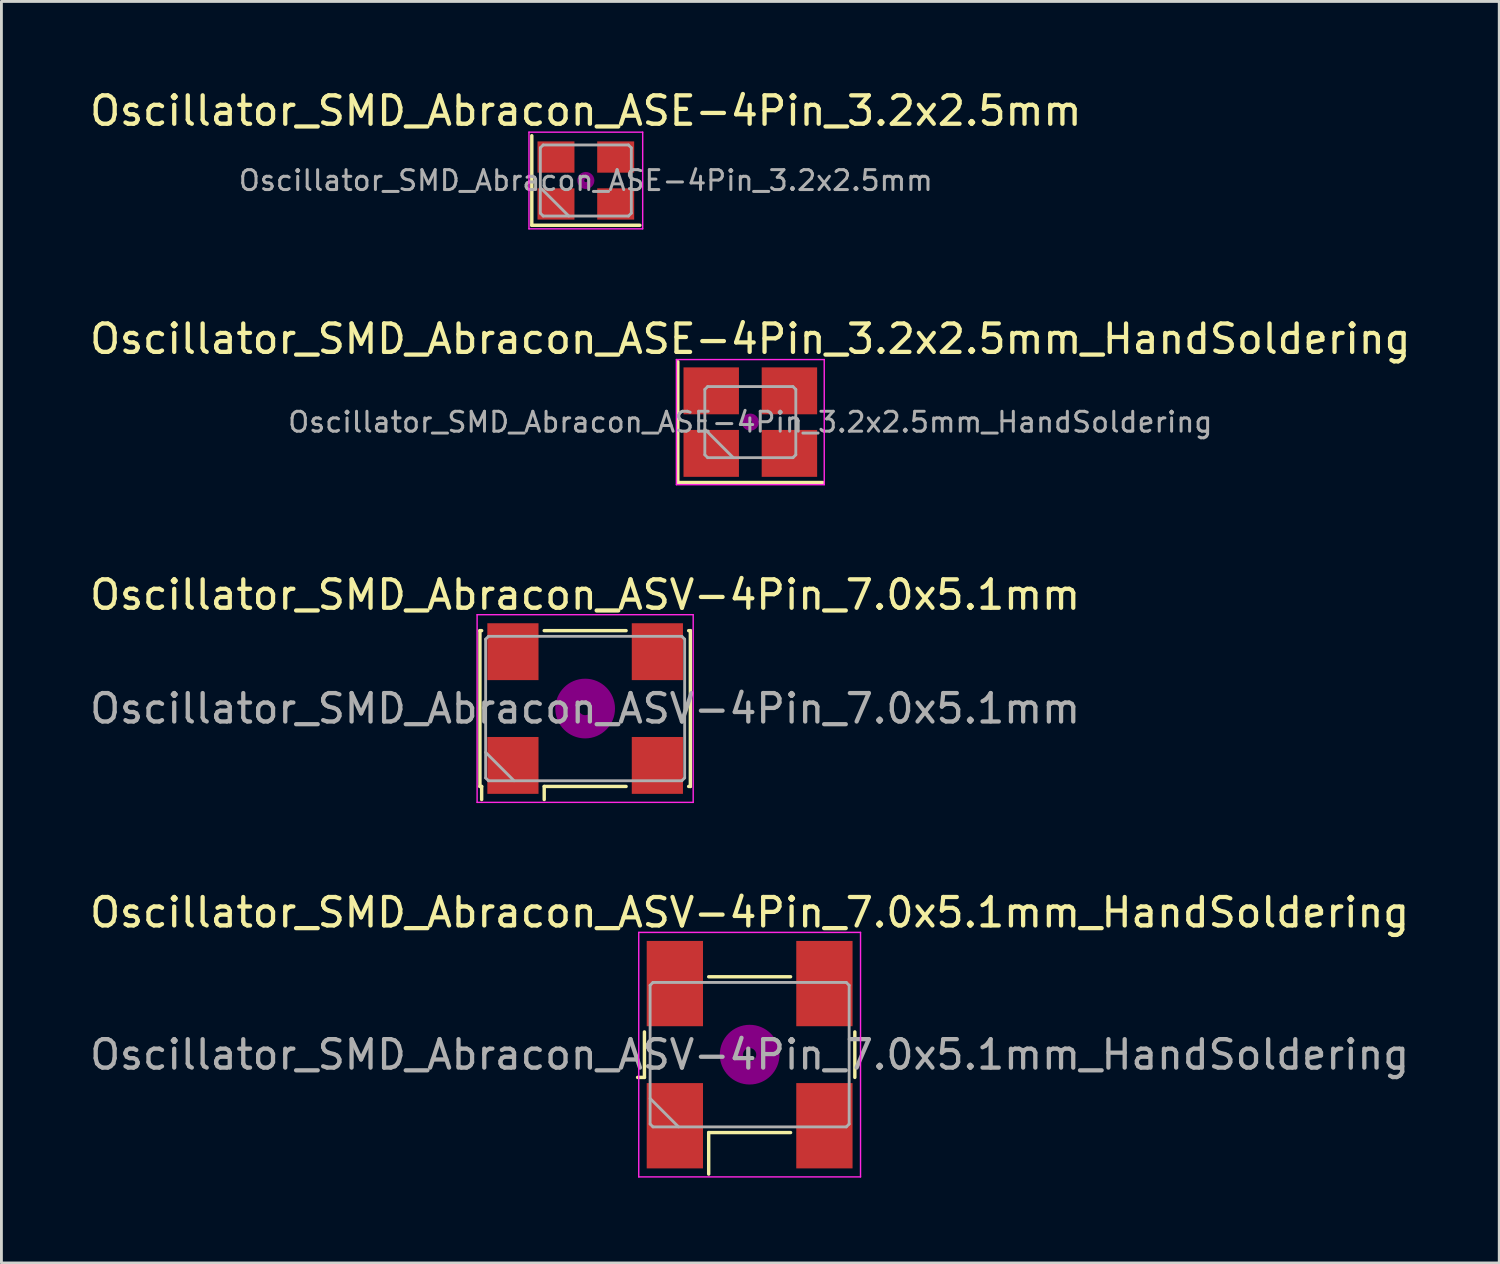
<source format=kicad_pcb>
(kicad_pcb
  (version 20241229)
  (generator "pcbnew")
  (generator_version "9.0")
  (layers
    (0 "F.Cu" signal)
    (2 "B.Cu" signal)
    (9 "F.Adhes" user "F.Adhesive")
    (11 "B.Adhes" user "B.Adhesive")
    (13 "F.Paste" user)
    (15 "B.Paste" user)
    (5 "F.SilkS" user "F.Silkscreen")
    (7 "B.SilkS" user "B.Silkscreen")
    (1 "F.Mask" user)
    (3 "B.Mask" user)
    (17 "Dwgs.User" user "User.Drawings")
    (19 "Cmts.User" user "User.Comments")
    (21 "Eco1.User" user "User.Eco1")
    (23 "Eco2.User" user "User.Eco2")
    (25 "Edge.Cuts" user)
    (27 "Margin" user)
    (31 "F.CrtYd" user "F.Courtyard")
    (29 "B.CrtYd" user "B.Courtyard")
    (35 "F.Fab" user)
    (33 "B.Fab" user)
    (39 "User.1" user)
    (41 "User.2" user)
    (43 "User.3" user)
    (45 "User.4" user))
  (footprint "Oscillator_SMD_Abracon_ASV-4Pin_7.0x5.1mm_HandSoldering"
    (layer "F.Cu")
    (at 23.315 34.043)
    (property "Reference" "Oscillator_SMD_Abracon_ASV-4Pin_7.0x5.1mm_HandSoldering" (at 0 -5 0) (layer "F.SilkS") (effects (font (size 1 1) (thickness 0.15))))
    (attr smd)
    (fp_line (start -3.94 0.8) (end -3.7 0.8) (stroke (width 0.12) (type solid)) (layer "F.SilkS"))
    (fp_line (start -3.7 0.8) (end -3.7 -0.8) (stroke (width 0.12) (type solid)) (layer "F.SilkS"))
    (fp_line (start -1.44 -2.74) (end 1.44 -2.74) (stroke (width 0.12) (type solid)) (layer "F.SilkS"))
    (fp_line (start -1.44 2.74) (end -1.44 4.2) (stroke (width 0.12) (type solid)) (layer "F.SilkS"))
    (fp_line (start 1.44 2.74) (end -1.44 2.74) (stroke (width 0.12) (type solid)) (layer "F.SilkS"))
    (fp_line (start 3.7 -0.8) (end 3.7 0.8) (stroke (width 0.12) (type solid)) (layer "F.SilkS"))
    (fp_circle (center 0 0) (end 0.233 0) (stroke (width 0.467) (type solid)) (fill no) (layer "F.Adhes"))
    (fp_circle (center 0 0) (end 0.533 0) (stroke (width 0.333) (type solid)) (fill no) (layer "F.Adhes"))
    (fp_circle (center 0 0) (end 0.833 0) (stroke (width 0.333) (type solid)) (fill no) (layer "F.Adhes"))
    (fp_circle (center 0 0) (end 1 0) (stroke (width 0.1) (type solid)) (fill no) (layer "F.Adhes"))
    (fp_line (start -3.9 -4.3) (end -3.9 4.3) (stroke (width 0.05) (type solid)) (layer "F.CrtYd"))
    (fp_line (start -3.9 4.3) (end 3.9 4.3) (stroke (width 0.05) (type solid)) (layer "F.CrtYd"))
    (fp_line (start 3.9 -4.3) (end -3.9 -4.3) (stroke (width 0.05) (type solid)) (layer "F.CrtYd"))
    (fp_line (start 3.9 4.3) (end 3.9 -4.3) (stroke (width 0.05) (type solid)) (layer "F.CrtYd"))
    (fp_line (start -3.5 -2.44) (end -3.4 -2.54) (stroke (width 0.1) (type solid)) (layer "F.Fab"))
    (fp_line (start -3.5 1.54) (end -2.5 2.54) (stroke (width 0.1) (type solid)) (layer "F.Fab"))
    (fp_line (start -3.5 2.44) (end -3.5 -2.44) (stroke (width 0.1) (type solid)) (layer "F.Fab"))
    (fp_line (start -3.4 -2.54) (end 3.4 -2.54) (stroke (width 0.1) (type solid)) (layer "F.Fab"))
    (fp_line (start -3.4 2.54) (end -3.5 2.44) (stroke (width 0.1) (type solid)) (layer "F.Fab"))
    (fp_line (start 3.4 -2.54) (end 3.5 -2.44) (stroke (width 0.1) (type solid)) (layer "F.Fab"))
    (fp_line (start 3.4 2.54) (end -3.4 2.54) (stroke (width 0.1) (type solid)) (layer "F.Fab"))
    (fp_line (start 3.5 -2.44) (end 3.5 2.44) (stroke (width 0.1) (type solid)) (layer "F.Fab"))
    (fp_line (start 3.5 2.44) (end 3.4 2.54) (stroke (width 0.1) (type solid)) (layer "F.Fab"))
    (fp_text user "${REFERENCE}" (at 0 0 0) (layer "F.Fab") (effects (font (size 1 1) (thickness 0.15))))
    (pad "1" smd rect (at -2.63 2.5) (size 1.98 3) (layers "F.Cu" "F.Mask" "F.Paste"))
    (pad "2" smd rect (at 2.63 2.5) (size 1.98 3) (layers "F.Cu" "F.Mask" "F.Paste"))
    (pad "3" smd rect (at 2.63 -2.5) (size 1.98 3) (layers "F.Cu" "F.Mask" "F.Paste"))
    (pad "4" smd rect (at -2.63 -2.5) (size 1.98 3) (layers "F.Cu" "F.Mask" "F.Paste")))
  (footprint "Oscillator_SMD_Abracon_ASE-4Pin_3.2x2.5mm_HandSoldering"
    (layer "F.Cu")
    (at 23.339 11.796)
    (property "Reference" "Oscillator_SMD_Abracon_ASE-4Pin_3.2x2.5mm_HandSoldering" (at 0 -2.925 0) (layer "F.SilkS") (effects (font (size 1 1) (thickness 0.15))))
    (attr smd)
    (fp_line (start -2.55 -2.125) (end -2.55 2.125) (stroke (width 0.12) (type solid)) (layer "F.SilkS"))
    (fp_line (start -2.55 2.125) (end 2.55 2.125) (stroke (width 0.12) (type solid)) (layer "F.SilkS"))
    (fp_circle (center 0 0) (end 0.058 0) (stroke (width 0.117) (type solid)) (fill no) (layer "F.Adhes"))
    (fp_circle (center 0 0) (end 0.133 0) (stroke (width 0.083) (type solid)) (fill no) (layer "F.Adhes"))
    (fp_circle (center 0 0) (end 0.208 0) (stroke (width 0.083) (type solid)) (fill no) (layer "F.Adhes"))
    (fp_circle (center 0 0) (end 0.25 0) (stroke (width 0.1) (type solid)) (fill no) (layer "F.Adhes"))
    (fp_line (start -2.6 -2.2) (end -2.6 2.2) (stroke (width 0.05) (type solid)) (layer "F.CrtYd"))
    (fp_line (start -2.6 2.2) (end 2.6 2.2) (stroke (width 0.05) (type solid)) (layer "F.CrtYd"))
    (fp_line (start 2.6 -2.2) (end -2.6 -2.2) (stroke (width 0.05) (type solid)) (layer "F.CrtYd"))
    (fp_line (start 2.6 2.2) (end 2.6 -2.2) (stroke (width 0.05) (type solid)) (layer "F.CrtYd"))
    (fp_line (start -1.6 -1.15) (end -1.5 -1.25) (stroke (width 0.1) (type solid)) (layer "F.Fab"))
    (fp_line (start -1.6 0.25) (end -0.6 1.25) (stroke (width 0.1) (type solid)) (layer "F.Fab"))
    (fp_line (start -1.6 1.15) (end -1.6 -1.15) (stroke (width 0.1) (type solid)) (layer "F.Fab"))
    (fp_line (start -1.5 -1.25) (end 1.5 -1.25) (stroke (width 0.1) (type solid)) (layer "F.Fab"))
    (fp_line (start -1.5 1.25) (end -1.6 1.15) (stroke (width 0.1) (type solid)) (layer "F.Fab"))
    (fp_line (start 1.5 -1.25) (end 1.6 -1.15) (stroke (width 0.1) (type solid)) (layer "F.Fab"))
    (fp_line (start 1.5 1.25) (end -1.5 1.25) (stroke (width 0.1) (type solid)) (layer "F.Fab"))
    (fp_line (start 1.6 -1.15) (end 1.6 1.15) (stroke (width 0.1) (type solid)) (layer "F.Fab"))
    (fp_line (start 1.6 1.15) (end 1.5 1.25) (stroke (width 0.1) (type solid)) (layer "F.Fab"))
    (fp_text user "${REFERENCE}" (at 0 0 0) (layer "F.Fab") (effects (font (size 0.7 0.7) (thickness 0.105))))
    (pad "1" smd rect (at -1.375 1.1) (size 1.95 1.65) (layers "F.Cu" "F.Mask" "F.Paste"))
    (pad "2" smd rect (at 1.375 1.1) (size 1.95 1.65) (layers "F.Cu" "F.Mask" "F.Paste"))
    (pad "3" smd rect (at 1.375 -1.1) (size 1.95 1.65) (layers "F.Cu" "F.Mask" "F.Paste"))
    (pad "4" smd rect (at -1.375 -1.1) (size 1.95 1.65) (layers "F.Cu" "F.Mask" "F.Paste")))
  (footprint "Oscillator_SMD_Abracon_ASE-4Pin_3.2x2.5mm"
    (layer "F.Cu")
    (at 17.554 3.298)
    (property "Reference" "Oscillator_SMD_Abracon_ASE-4Pin_3.2x2.5mm" (at 0 -2.45 0) (layer "F.SilkS") (effects (font (size 1 1) (thickness 0.15))))
    (attr smd)
    (fp_line (start -1.9 -1.575) (end -1.9 1.575) (stroke (width 0.12) (type solid)) (layer "F.SilkS"))
    (fp_line (start -1.9 1.575) (end 1.9 1.575) (stroke (width 0.12) (type solid)) (layer "F.SilkS"))
    (fp_circle (center 0 0) (end 0.058 0) (stroke (width 0.117) (type solid)) (fill no) (layer "F.Adhes"))
    (fp_circle (center 0 0) (end 0.133 0) (stroke (width 0.083) (type solid)) (fill no) (layer "F.Adhes"))
    (fp_circle (center 0 0) (end 0.208 0) (stroke (width 0.083) (type solid)) (fill no) (layer "F.Adhes"))
    (fp_circle (center 0 0) (end 0.25 0) (stroke (width 0.1) (type solid)) (fill no) (layer "F.Adhes"))
    (fp_line (start -2 -1.7) (end -2 1.7) (stroke (width 0.05) (type solid)) (layer "F.CrtYd"))
    (fp_line (start -2 1.7) (end 2 1.7) (stroke (width 0.05) (type solid)) (layer "F.CrtYd"))
    (fp_line (start 2 -1.7) (end -2 -1.7) (stroke (width 0.05) (type solid)) (layer "F.CrtYd"))
    (fp_line (start 2 1.7) (end 2 -1.7) (stroke (width 0.05) (type solid)) (layer "F.CrtYd"))
    (fp_line (start -1.6 -1.15) (end -1.5 -1.25) (stroke (width 0.1) (type solid)) (layer "F.Fab"))
    (fp_line (start -1.6 0.25) (end -0.6 1.25) (stroke (width 0.1) (type solid)) (layer "F.Fab"))
    (fp_line (start -1.6 1.15) (end -1.6 -1.15) (stroke (width 0.1) (type solid)) (layer "F.Fab"))
    (fp_line (start -1.5 -1.25) (end 1.5 -1.25) (stroke (width 0.1) (type solid)) (layer "F.Fab"))
    (fp_line (start -1.5 1.25) (end -1.6 1.15) (stroke (width 0.1) (type solid)) (layer "F.Fab"))
    (fp_line (start 1.5 -1.25) (end 1.6 -1.15) (stroke (width 0.1) (type solid)) (layer "F.Fab"))
    (fp_line (start 1.5 1.25) (end -1.5 1.25) (stroke (width 0.1) (type solid)) (layer "F.Fab"))
    (fp_line (start 1.6 -1.15) (end 1.6 1.15) (stroke (width 0.1) (type solid)) (layer "F.Fab"))
    (fp_line (start 1.6 1.15) (end 1.5 1.25) (stroke (width 0.1) (type solid)) (layer "F.Fab"))
    (fp_text user "${REFERENCE}" (at 0 0 0) (layer "F.Fab") (effects (font (size 0.7 0.7) (thickness 0.105))))
    (pad "1" smd rect (at -1.05 0.825) (size 1.3 1.1) (layers "F.Cu" "F.Mask" "F.Paste"))
    (pad "2" smd rect (at 1.05 0.825) (size 1.3 1.1) (layers "F.Cu" "F.Mask" "F.Paste"))
    (pad "3" smd rect (at 1.05 -0.825) (size 1.3 1.1) (layers "F.Cu" "F.Mask" "F.Paste"))
    (pad "4" smd rect (at -1.05 -0.825) (size 1.3 1.1) (layers "F.Cu" "F.Mask" "F.Paste")))
  (footprint "Oscillator_SMD_Abracon_ASV-4Pin_7.0x5.1mm"
    (layer "F.Cu")
    (at 17.53 21.87)
    (property "Reference" "Oscillator_SMD_Abracon_ASV-4Pin_7.0x5.1mm" (at 0 -4 0) (layer "F.SilkS") (effects (font (size 1 1) (thickness 0.15))))
    (attr smd)
    (fp_line (start -3.7 -2.74) (end -3.64 -2.74) (stroke (width 0.12) (type solid)) (layer "F.SilkS"))
    (fp_line (start -3.7 2.74) (end -3.7 -2.74) (stroke (width 0.12) (type solid)) (layer "F.SilkS"))
    (fp_line (start -3.64 2.74) (end -3.7 2.74) (stroke (width 0.12) (type solid)) (layer "F.SilkS"))
    (fp_line (start -3.64 3.2) (end -3.64 2.74) (stroke (width 0.12) (type solid)) (layer "F.SilkS"))
    (fp_line (start -1.44 -2.74) (end 1.44 -2.74) (stroke (width 0.12) (type solid)) (layer "F.SilkS"))
    (fp_line (start -1.44 2.74) (end -1.44 3.2) (stroke (width 0.12) (type solid)) (layer "F.SilkS"))
    (fp_line (start 1.44 2.74) (end -1.44 2.74) (stroke (width 0.12) (type solid)) (layer "F.SilkS"))
    (fp_line (start 3.64 -2.74) (end 3.7 -2.74) (stroke (width 0.12) (type solid)) (layer "F.SilkS"))
    (fp_line (start 3.7 -2.74) (end 3.7 2.74) (stroke (width 0.12) (type solid)) (layer "F.SilkS"))
    (fp_line (start 3.7 2.74) (end 3.64 2.74) (stroke (width 0.12) (type solid)) (layer "F.SilkS"))
    (fp_circle (center 0 0) (end 0.233 0) (stroke (width 0.467) (type solid)) (fill no) (layer "F.Adhes"))
    (fp_circle (center 0 0) (end 0.533 0) (stroke (width 0.333) (type solid)) (fill no) (layer "F.Adhes"))
    (fp_circle (center 0 0) (end 0.833 0) (stroke (width 0.333) (type solid)) (fill no) (layer "F.Adhes"))
    (fp_circle (center 0 0) (end 1 0) (stroke (width 0.1) (type solid)) (fill no) (layer "F.Adhes"))
    (fp_line (start -3.8 -3.3) (end -3.8 3.3) (stroke (width 0.05) (type solid)) (layer "F.CrtYd"))
    (fp_line (start -3.8 3.3) (end 3.8 3.3) (stroke (width 0.05) (type solid)) (layer "F.CrtYd"))
    (fp_line (start 3.8 -3.3) (end -3.8 -3.3) (stroke (width 0.05) (type solid)) (layer "F.CrtYd"))
    (fp_line (start 3.8 3.3) (end 3.8 -3.3) (stroke (width 0.05) (type solid)) (layer "F.CrtYd"))
    (fp_line (start -3.5 -2.44) (end -3.4 -2.54) (stroke (width 0.1) (type solid)) (layer "F.Fab"))
    (fp_line (start -3.5 1.54) (end -2.5 2.54) (stroke (width 0.1) (type solid)) (layer "F.Fab"))
    (fp_line (start -3.5 2.44) (end -3.5 -2.44) (stroke (width 0.1) (type solid)) (layer "F.Fab"))
    (fp_line (start -3.4 -2.54) (end 3.4 -2.54) (stroke (width 0.1) (type solid)) (layer "F.Fab"))
    (fp_line (start -3.4 2.54) (end -3.5 2.44) (stroke (width 0.1) (type solid)) (layer "F.Fab"))
    (fp_line (start 3.4 -2.54) (end 3.5 -2.44) (stroke (width 0.1) (type solid)) (layer "F.Fab"))
    (fp_line (start 3.4 2.54) (end -3.4 2.54) (stroke (width 0.1) (type solid)) (layer "F.Fab"))
    (fp_line (start 3.5 -2.44) (end 3.5 2.44) (stroke (width 0.1) (type solid)) (layer "F.Fab"))
    (fp_line (start 3.5 2.44) (end 3.4 2.54) (stroke (width 0.1) (type solid)) (layer "F.Fab"))
    (fp_text user "${REFERENCE}" (at 0 0 0) (layer "F.Fab") (effects (font (size 1 1) (thickness 0.15))))
    (pad "1" smd rect (at -2.54 2) (size 1.8 2) (layers "F.Cu" "F.Mask" "F.Paste"))
    (pad "2" smd rect (at 2.54 2) (size 1.8 2) (layers "F.Cu" "F.Mask" "F.Paste"))
    (pad "3" smd rect (at 2.54 -2) (size 1.8 2) (layers "F.Cu" "F.Mask" "F.Paste"))
    (pad "4" smd rect (at -2.54 -2) (size 1.8 2) (layers "F.Cu" "F.Mask" "F.Paste")))
  (gr_rect
    (start -3 -3)
    (end 49.679 41.368)
    (stroke (width 0.1) (type default))
    (fill no)
    (layer "Edge.Cuts")))
</source>
